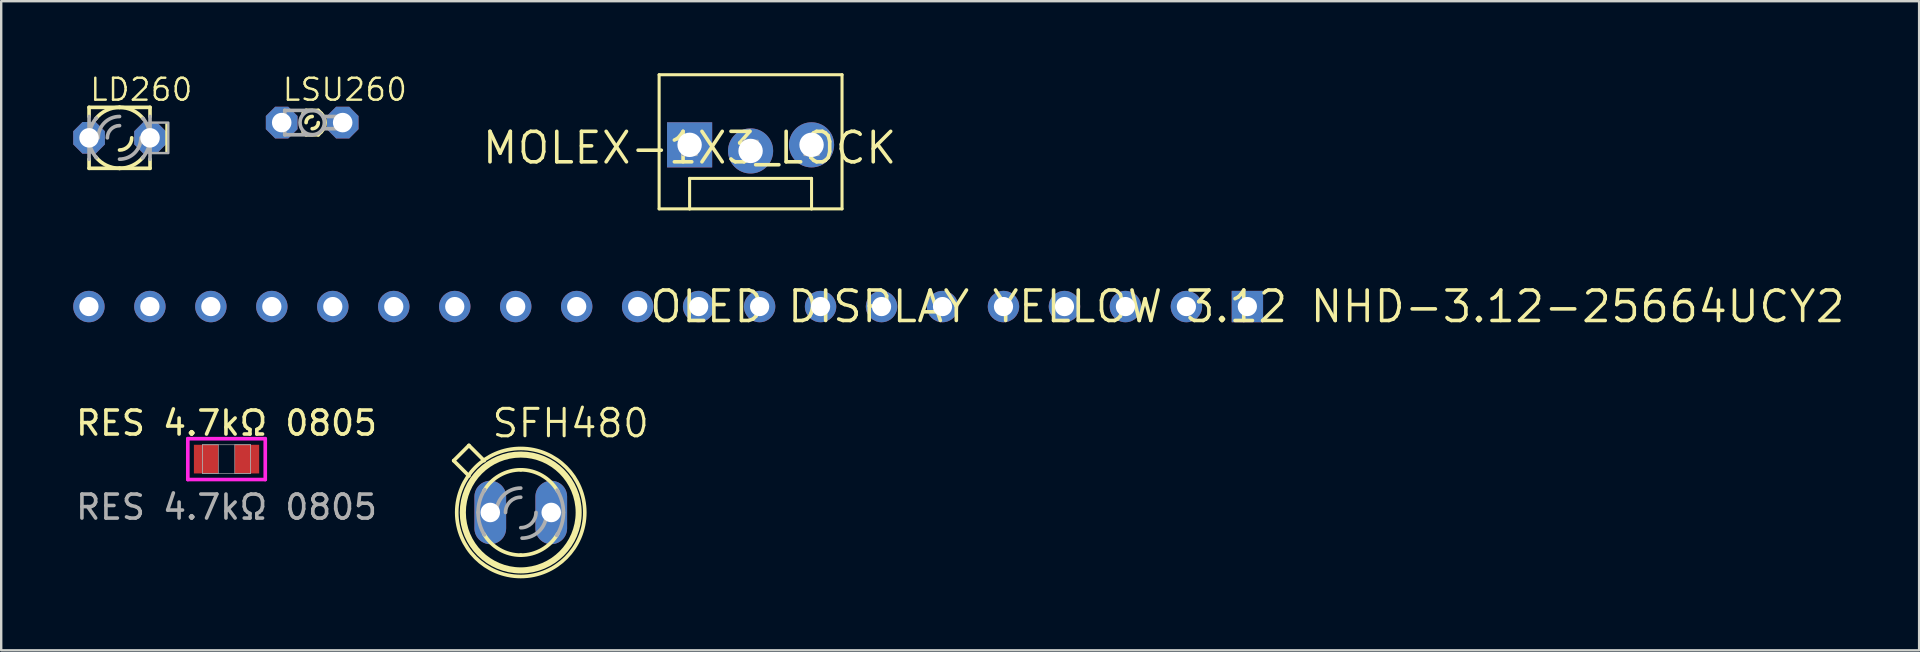
<source format=kicad_pcb>
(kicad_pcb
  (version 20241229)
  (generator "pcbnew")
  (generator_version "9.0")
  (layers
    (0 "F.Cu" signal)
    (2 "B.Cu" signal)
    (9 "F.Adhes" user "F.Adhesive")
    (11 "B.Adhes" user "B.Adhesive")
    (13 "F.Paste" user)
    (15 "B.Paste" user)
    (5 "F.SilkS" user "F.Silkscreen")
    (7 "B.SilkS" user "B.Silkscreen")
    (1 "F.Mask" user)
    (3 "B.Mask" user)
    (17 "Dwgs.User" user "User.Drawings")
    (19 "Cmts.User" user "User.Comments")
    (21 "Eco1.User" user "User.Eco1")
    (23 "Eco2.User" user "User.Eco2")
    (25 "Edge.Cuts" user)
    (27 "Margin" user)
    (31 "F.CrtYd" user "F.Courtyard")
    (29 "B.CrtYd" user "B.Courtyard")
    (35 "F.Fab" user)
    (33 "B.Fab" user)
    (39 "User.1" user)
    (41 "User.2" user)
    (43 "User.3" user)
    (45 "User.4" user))
  (footprint "SFH480"
    (layer "F.Cu")
    (at 18.644 18.299)
    (property "Reference" "SFH480" (at -1.27 -3.048 0) (unlocked yes) (layer "F.SilkS") (effects (font (size 1.143 1.143) (thickness 0.127)) (justify left bottom)))
    (fp_line (start -2.794 -2.159) (end -2.159 -2.794) (stroke (width 0.152) (type solid)) (layer "F.SilkS"))
    (fp_line (start -2.159 -1.524) (end -2.794 -2.159) (stroke (width 0.152) (type solid)) (layer "F.SilkS"))
    (fp_line (start -1.524 -2.159) (end -2.159 -2.794) (stroke (width 0.152) (type solid)) (layer "F.SilkS"))
    (fp_arc (start -1.5358 -0.8959) (mid -0.88555 -1.541787) (end 0 -1.778) (stroke (width 0.1524) (type solid)) (layer "F.SilkS"))
    (fp_arc (start 0 -1.778) (mid 0.88555 -1.541786) (end 1.5358 -0.8959) (stroke (width 0.1524) (type solid)) (layer "F.SilkS"))
    (fp_arc (start 0 1.778) (mid -0.88555 1.541786) (end -1.5358 0.8959) (stroke (width 0.1524) (type solid)) (layer "F.SilkS"))
    (fp_arc (start 1.5358 0.8959) (mid 0.88555 1.541787) (end 0 1.778) (stroke (width 0.1524) (type solid)) (layer "F.SilkS"))
    (fp_circle (center 0 0) (end 2.413 0) (stroke (width 0.254) (type solid)) (fill no) (layer "F.SilkS"))
    (fp_circle (center 0 0) (end 2.667 0) (stroke (width 0.152) (type solid)) (fill no) (layer "F.SilkS"))
    (fp_arc (start -1.778 0) (mid -1.707084 -0.497127) (end -1.500001 -0.9546) (stroke (width 0.1524) (type solid)) (layer "F.Fab"))
    (fp_arc (start -1.5142 0.9318) (mid -1.710762 0.484206) (end -1.778 0) (stroke (width 0.1524) (type solid)) (layer "F.Fab"))
    (fp_arc (start -1.016 0) (mid -0.71842 -0.71842) (end 0 -1.016) (stroke (width 0.1524) (type solid)) (layer "F.Fab"))
    (fp_arc (start -0.635 0) (mid -0.449013 -0.449013) (end 0 -0.635) (stroke (width 0.1524) (type solid)) (layer "F.Fab"))
    (fp_arc (start 0.635 0) (mid 0.449013 0.449013) (end 0 0.635) (stroke (width 0.1524) (type solid)) (layer "F.Fab"))
    (fp_arc (start 1.0699 0.053898) (mid 0.772321 0.772319) (end 0.0539 1.0699) (stroke (width 0.1524) (type solid)) (layer "F.Fab"))
    (fp_arc (start 1.5142 -0.9318) (mid 1.710762 -0.484206) (end 1.778 0) (stroke (width 0.1524) (type solid)) (layer "F.Fab"))
    (fp_arc (start 1.777999 0) (mid 1.707083 0.497127) (end 1.5 0.9546) (stroke (width 0.1524) (type solid)) (layer "F.Fab"))
    (pad "A" thru_hole oval (at 1.27 0 90) (size 2.642 1.321) (drill 0.813) (layers "*.Cu" "*.Mask"))
    (pad "K" thru_hole oval (at -1.27 0 90) (size 2.642 1.321) (drill 0.813) (layers "*.Cu" "*.Mask")))
  (footprint "RES 4.7kΩ 0805"
    (layer "F.Cu")
    (at 6.387 16.076)
    (property "Reference" "RES 4.7kΩ 0805" (at 0 -1.5 0) (unlocked yes) (layer "F.SilkS") (effects (font (size 1 1) (thickness 0.15))))
    (attr smd)
    (fp_line (start -1.613 -0.851) (end 1.613 -0.851) (stroke (width 0.152) (type solid)) (layer "F.CrtYd"))
    (fp_line (start -1.613 0.851) (end -1.613 -0.851) (stroke (width 0.152) (type solid)) (layer "F.CrtYd"))
    (fp_line (start 1.613 -0.851) (end 1.613 0.851) (stroke (width 0.152) (type solid)) (layer "F.CrtYd"))
    (fp_line (start 1.613 0.851) (end -1.613 0.851) (stroke (width 0.152) (type solid)) (layer "F.CrtYd"))
    (fp_line (start -1.003 -0.597) (end -1.003 0.597) (stroke (width 0.025) (type solid)) (layer "F.Fab"))
    (fp_line (start -1.003 -0.597) (end -1.003 0.597) (stroke (width 0.025) (type solid)) (layer "F.Fab"))
    (fp_line (start -1.003 0.597) (end -0.343 0.597) (stroke (width 0.025) (type solid)) (layer "F.Fab"))
    (fp_line (start -1.003 0.597) (end 1.003 0.597) (stroke (width 0.025) (type solid)) (layer "F.Fab"))
    (fp_line (start -0.343 -0.597) (end -1.003 -0.597) (stroke (width 0.025) (type solid)) (layer "F.Fab"))
    (fp_line (start -0.343 0.597) (end -0.343 -0.597) (stroke (width 0.025) (type solid)) (layer "F.Fab"))
    (fp_line (start 0.343 -0.597) (end 0.343 0.597) (stroke (width 0.025) (type solid)) (layer "F.Fab"))
    (fp_line (start 0.343 0.597) (end 1.003 0.597) (stroke (width 0.025) (type solid)) (layer "F.Fab"))
    (fp_line (start 1.003 -0.597) (end -1.003 -0.597) (stroke (width 0.025) (type solid)) (layer "F.Fab"))
    (fp_line (start 1.003 -0.597) (end 0.343 -0.597) (stroke (width 0.025) (type solid)) (layer "F.Fab"))
    (fp_line (start 1.003 0.597) (end 1.003 -0.597) (stroke (width 0.025) (type solid)) (layer "F.Fab"))
    (fp_line (start 1.003 0.597) (end 1.003 -0.597) (stroke (width 0.025) (type solid)) (layer "F.Fab"))
    (fp_text user "${REFERENCE}" (at 0 2 0) (unlocked yes) (layer "F.Fab") (effects (font (size 1 1) (thickness 0.15))))
    (pad "1" smd rect (at -0.851 0) (size 1.016 1.194) (layers "F.Cu" "F.Mask" "F.Paste"))
    (pad "2" smd rect (at 0.851 0) (size 1.016 1.194) (layers "F.Cu" "F.Mask" "F.Paste"))
    (zone (net_name "") (layer "F.Cu") (hatch full 0.508) (connect_pads) (min_thickness 0.254) (filled_areas_thickness no) (keepout (tracks not_allowed) (vias not_allowed) (pads allowed) (copperpour not_allowed) (footprints allowed)) (placement (enabled no)) (fill) (polygon (pts (xy 6.095 15.53) (xy 6.679 15.53) (xy 6.679 16.622) (xy 6.095 16.622)))))
  (footprint "MOLEX-1X3_LOCK"
    (layer "F.Cu")
    (at 25.678 3.111)
    (property "Reference" "MOLEX-1X3_LOCK" (at 0 0 0) (layer "F.SilkS") (effects (font (size 1.27 1.27) (thickness 0.15))))
    (fp_line (start -1.27 -3.048) (end -1.27 2.54) (stroke (width 0.127) (type solid)) (layer "F.SilkS"))
    (fp_line (start 0 1.27) (end 5.08 1.27) (stroke (width 0.127) (type solid)) (layer "F.SilkS"))
    (fp_line (start 0 2.54) (end -1.27 2.54) (stroke (width 0.127) (type solid)) (layer "F.SilkS"))
    (fp_line (start 0 2.54) (end 0 1.27) (stroke (width 0.127) (type solid)) (layer "F.SilkS"))
    (fp_line (start 5.08 1.27) (end 5.08 2.54) (stroke (width 0.127) (type solid)) (layer "F.SilkS"))
    (fp_line (start 5.08 2.54) (end 0 2.54) (stroke (width 0.127) (type solid)) (layer "F.SilkS"))
    (fp_line (start 6.35 -3.048) (end -1.27 -3.048) (stroke (width 0.127) (type solid)) (layer "F.SilkS"))
    (fp_line (start 6.35 -3.048) (end 6.35 2.54) (stroke (width 0.127) (type solid)) (layer "F.SilkS"))
    (fp_line (start 6.35 2.54) (end 5.08 2.54) (stroke (width 0.127) (type solid)) (layer "F.SilkS"))
    (fp_poly (pts (xy -0.292 0.292) (xy 0.292 0.292) (xy 0.292 -0.292) (xy -0.292 -0.292)) (stroke (width 0.1) (type default)) (fill no) (layer "F.Fab"))
    (fp_poly (pts (xy 2.248 0.292) (xy 2.832 0.292) (xy 2.832 -0.292) (xy 2.248 -0.292)) (stroke (width 0.1) (type default)) (fill no) (layer "F.Fab"))
    (fp_poly (pts (xy 4.788 0.292) (xy 5.372 0.292) (xy 5.372 -0.292) (xy 4.788 -0.292)) (stroke (width 0.1) (type default)) (fill no) (layer "F.Fab"))
    (pad "1" thru_hole rect (at 0 -0.127) (size 1.88 1.88) (drill 1.016) (layers "*.Cu" "*.Mask"))
    (pad "2" thru_hole circle (at 2.54 0.127) (size 1.88 1.88) (drill 1.016) (layers "*.Cu" "*.Mask"))
    (pad "3" thru_hole circle (at 5.08 -0.127) (size 1.88 1.88) (drill 1.016) (layers "*.Cu" "*.Mask")))
  (footprint "OLED DISPLAY YELLOW 3.12 NHD-3.12-25664UCY2"
    (layer "F.Cu")
    (at 48.914 9.721)
    (property "Reference" "OLED DISPLAY YELLOW 3.12 NHD-3.12-25664UCY2" (at 0 0 0) (layer "F.SilkS") (effects (font (size 1.27 1.27) (thickness 0.15))))
    (pad "1" thru_hole rect (at 0 0) (size 1.308 1.308) (drill 0.8) (layers "*.Cu" "*.Mask"))
    (pad "2" thru_hole circle (at -2.54 0) (size 1.308 1.308) (drill 0.8) (layers "*.Cu" "*.Mask"))
    (pad "3" thru_hole circle (at -5.08 0) (size 1.308 1.308) (drill 0.8) (layers "*.Cu" "*.Mask"))
    (pad "4" thru_hole circle (at -7.62 0) (size 1.308 1.308) (drill 0.8) (layers "*.Cu" "*.Mask"))
    (pad "5" thru_hole circle (at -10.16 0) (size 1.308 1.308) (drill 0.8) (layers "*.Cu" "*.Mask"))
    (pad "6" thru_hole circle (at -12.7 0) (size 1.308 1.308) (drill 0.8) (layers "*.Cu" "*.Mask"))
    (pad "7" thru_hole circle (at -15.24 0) (size 1.308 1.308) (drill 0.8) (layers "*.Cu" "*.Mask"))
    (pad "8" thru_hole circle (at -17.78 0) (size 1.308 1.308) (drill 0.8) (layers "*.Cu" "*.Mask"))
    (pad "9" thru_hole circle (at -20.32 0) (size 1.308 1.308) (drill 0.8) (layers "*.Cu" "*.Mask"))
    (pad "10" thru_hole circle (at -22.86 0) (size 1.308 1.308) (drill 0.8) (layers "*.Cu" "*.Mask"))
    (pad "11" thru_hole circle (at -25.4 0) (size 1.308 1.308) (drill 0.8) (layers "*.Cu" "*.Mask"))
    (pad "12" thru_hole circle (at -27.94 0) (size 1.308 1.308) (drill 0.8) (layers "*.Cu" "*.Mask"))
    (pad "13" thru_hole circle (at -30.48 0) (size 1.308 1.308) (drill 0.8) (layers "*.Cu" "*.Mask"))
    (pad "14" thru_hole circle (at -33.02 0) (size 1.308 1.308) (drill 0.8) (layers "*.Cu" "*.Mask"))
    (pad "15" thru_hole circle (at -35.56 0) (size 1.308 1.308) (drill 0.8) (layers "*.Cu" "*.Mask"))
    (pad "16" thru_hole circle (at -38.1 0) (size 1.308 1.308) (drill 0.8) (layers "*.Cu" "*.Mask"))
    (pad "17" thru_hole circle (at -40.64 0) (size 1.308 1.308) (drill 0.8) (layers "*.Cu" "*.Mask"))
    (pad "18" thru_hole circle (at -43.18 0) (size 1.308 1.308) (drill 0.8) (layers "*.Cu" "*.Mask"))
    (pad "19" thru_hole circle (at -45.72 0) (size 1.308 1.308) (drill 0.8) (layers "*.Cu" "*.Mask"))
    (pad "29" thru_hole circle (at -48.26 0) (size 1.308 1.308) (drill 0.8) (layers "*.Cu" "*.Mask")))
  (footprint "LD260"
    (layer "F.Cu")
    (at 1.93 2.692)
    (property "Reference" "LD260" (at -1.295 -1.473 0) (unlocked yes) (layer "F.SilkS") (effects (font (size 0.914 0.914) (thickness 0.102)) (justify left bottom)))
    (fp_line (start -1.27 -1.27) (end -1.27 -0.889) (stroke (width 0.152) (type solid)) (layer "F.SilkS"))
    (fp_line (start -1.27 1.27) (end -1.27 0.889) (stroke (width 0.152) (type solid)) (layer "F.SilkS"))
    (fp_line (start -1.27 1.27) (end 0 1.27) (stroke (width 0.152) (type solid)) (layer "F.SilkS"))
    (fp_line (start 0 -1.27) (end -1.27 -1.27) (stroke (width 0.152) (type solid)) (layer "F.SilkS"))
    (fp_line (start 0 1.27) (end 1.27 1.27) (stroke (width 0.152) (type solid)) (layer "F.SilkS"))
    (fp_line (start 1.27 -1.27) (end 0 -1.27) (stroke (width 0.152) (type solid)) (layer "F.SilkS"))
    (fp_line (start 1.27 -1.27) (end 1.27 -0.889) (stroke (width 0.152) (type solid)) (layer "F.SilkS"))
    (fp_line (start 1.27 1.27) (end 1.27 0.889) (stroke (width 0.152) (type solid)) (layer "F.SilkS"))
    (fp_arc (start -0.9917 -0.7934) (mid -0.550143 -1.144671) (end 0 -1.27) (stroke (width 0.1524) (type solid)) (layer "F.SilkS"))
    (fp_arc (start 0 -1.27) (mid 0.550143 -1.144671) (end 0.9917 -0.7934) (stroke (width 0.1524) (type solid)) (layer "F.SilkS"))
    (fp_arc (start 0 1.27) (mid -0.550143 1.144671) (end -0.9917 0.7934) (stroke (width 0.1524) (type solid)) (layer "F.SilkS"))
    (fp_arc (start 0.508 0) (mid 0.35921 0.35921) (end 0 0.508) (stroke (width 0.1524) (type solid)) (layer "F.SilkS"))
    (fp_arc (start 0.9917 0.7934) (mid 0.550143 1.144671) (end 0 1.27) (stroke (width 0.1524) (type solid)) (layer "F.SilkS"))
    (fp_poly (pts (xy 1.905 0.635) (xy 2.032 0.635) (xy 2.032 -0.635) (xy 1.905 -0.635)) (stroke (width 0) (type default)) (fill yes) (layer "F.SilkS"))
    (fp_line (start -1.27 0) (end -1.27 -0.889) (stroke (width 0.152) (type solid)) (layer "F.Fab"))
    (fp_line (start -1.27 0.889) (end -1.27 0) (stroke (width 0.152) (type solid)) (layer "F.Fab"))
    (fp_line (start 1.27 -0.889) (end 1.27 0) (stroke (width 0.152) (type solid)) (layer "F.Fab"))
    (fp_line (start 1.27 0) (end 1.27 0.889) (stroke (width 0.152) (type solid)) (layer "F.Fab"))
    (fp_arc (start -1.27 0) (mid -1.191134 -0.440615) (end -0.9643 -0.8265) (stroke (width 0.1524) (type solid)) (layer "F.Fab"))
    (fp_arc (start -0.9643 0.8265) (mid -1.191134 0.440615) (end -1.27 0) (stroke (width 0.1524) (type solid)) (layer "F.Fab"))
    (fp_arc (start -0.889 0) (mid -0.628618 -0.628618) (end 0 -0.889) (stroke (width 0.1524) (type solid)) (layer "F.Fab"))
    (fp_arc (start -0.508 0) (mid -0.35921 -0.35921) (end 0 -0.508) (stroke (width 0.1524) (type solid)) (layer "F.Fab"))
    (fp_arc (start 0.889 0) (mid 0.628618 0.628618) (end 0 0.889) (stroke (width 0.1524) (type solid)) (layer "F.Fab"))
    (fp_arc (start 0.9756 -0.813) (mid 1.194073 -0.432318) (end 1.269901 0) (stroke (width 0.1524) (type solid)) (layer "F.Fab"))
    (fp_arc (start 1.27 0) (mid 1.188863 0.446689) (end 0.9558 0.8363) (stroke (width 0.1524) (type solid)) (layer "F.Fab"))
    (fp_poly (pts (xy 1.27 0.635) (xy 2.032 0.635) (xy 2.032 -0.635) (xy 1.27 -0.635)) (stroke (width 0.1) (type default)) (fill no) (layer "F.Fab"))
    (pad "A" thru_hole roundrect (at -1.27 0) (size 1.321 1.321) (drill 0.813) (layers "*.Cu" "*.Mask") (roundrect_rratio 0.25) (chamfer_ratio 0.293) (chamfer top_left top_right bottom_left bottom_right))
    (pad "K" thru_hole roundrect (at 1.27 0) (size 1.321 1.321) (drill 0.813) (layers "*.Cu" "*.Mask") (roundrect_rratio 0.25) (chamfer_ratio 0.293) (chamfer top_left top_right bottom_left bottom_right)))
  (footprint "LSU260"
    (layer "F.Cu")
    (at 9.955 2.057)
    (property "Reference" "LSU260" (at -1.295 -0.838 0) (unlocked yes) (layer "F.SilkS") (effects (font (size 0.914 0.914) (thickness 0.102)) (justify left bottom)))
    (fp_line (start -0.381 -0.381) (end -0.254 -0.508) (stroke (width 0.152) (type solid)) (layer "F.SilkS"))
    (fp_line (start -0.381 0.381) (end -0.254 0.508) (stroke (width 0.152) (type solid)) (layer "F.SilkS"))
    (fp_line (start 0.254 -0.508) (end -0.254 -0.508) (stroke (width 0.152) (type solid)) (layer "F.SilkS"))
    (fp_line (start 0.254 0.508) (end -0.254 0.508) (stroke (width 0.152) (type solid)) (layer "F.SilkS"))
    (fp_line (start 0.381 -0.381) (end 0.254 -0.508) (stroke (width 0.152) (type solid)) (layer "F.SilkS"))
    (fp_line (start 0.381 0.381) (end 0.254 0.508) (stroke (width 0.152) (type solid)) (layer "F.SilkS"))
    (fp_arc (start -0.254 0) (mid -0.179605 -0.179605) (end 0 -0.254) (stroke (width 0.1524) (type solid)) (layer "F.SilkS"))
    (fp_arc (start 0.254 0) (mid 0.179605 0.179605) (end 0 0.254) (stroke (width 0.1524) (type solid)) (layer "F.SilkS"))
    (fp_arc (start 0.381 -0.381) (mid 0.538815 0) (end 0.381 0.381) (stroke (width 0.1524) (type solid)) (layer "F.SilkS"))
    (fp_line (start -1.397 -0.254) (end -1.143 -0.254) (stroke (width 0.152) (type solid)) (layer "F.Fab"))
    (fp_line (start -1.397 0.254) (end -1.397 -0.254) (stroke (width 0.152) (type solid)) (layer "F.Fab"))
    (fp_line (start -1.143 -0.508) (end 0 -0.508) (stroke (width 0.152) (type solid)) (layer "F.Fab"))
    (fp_line (start -1.143 -0.254) (end -1.143 -0.508) (stroke (width 0.152) (type solid)) (layer "F.Fab"))
    (fp_line (start -1.143 0.254) (end -1.397 0.254) (stroke (width 0.152) (type solid)) (layer "F.Fab"))
    (fp_line (start -1.143 0.254) (end -1.143 -0.254) (stroke (width 0.152) (type solid)) (layer "F.Fab"))
    (fp_line (start -1.143 0.508) (end -1.143 0.254) (stroke (width 0.152) (type solid)) (layer "F.Fab"))
    (fp_line (start 0 0.508) (end -1.143 0.508) (stroke (width 0.152) (type solid)) (layer "F.Fab"))
    (fp_line (start 0.508 0.254) (end 1.397 0.254) (stroke (width 0.152) (type solid)) (layer "F.Fab"))
    (fp_line (start 1.397 -0.254) (end 0.508 -0.254) (stroke (width 0.152) (type solid)) (layer "F.Fab"))
    (fp_line (start 1.397 0.254) (end 1.397 -0.254) (stroke (width 0.152) (type solid)) (layer "F.Fab"))
    (fp_circle (center 0 0) (end 0.508 0) (stroke (width 0.152) (type solid)) (fill no) (layer "F.Fab"))
    (fp_poly (pts (xy -1.397 0.254) (xy -1.143 0.254) (xy -1.143 -0.254) (xy -1.397 -0.254)) (stroke (width 0.1) (type default)) (fill no) (layer "F.Fab"))
    (fp_poly (pts (xy 0.508 0.254) (xy 1.397 0.254) (xy 1.397 -0.254) (xy 0.508 -0.254)) (stroke (width 0.1) (type default)) (fill no) (layer "F.Fab"))
    (pad "A" thru_hole roundrect (at -1.27 0) (size 1.321 1.321) (drill 0.813) (layers "*.Cu" "*.Mask") (roundrect_rratio 0.25) (chamfer_ratio 0.293) (chamfer top_left top_right bottom_left bottom_right))
    (pad "K" thru_hole roundrect (at 1.27 0) (size 1.321 1.321) (drill 0.813) (layers "*.Cu" "*.Mask") (roundrect_rratio 0.25) (chamfer_ratio 0.293) (chamfer top_left top_right bottom_left bottom_right)))
  (gr_rect
    (start -3 -3)
    (end 76.898 24.043)
    (stroke (width 0.1) (type default))
    (fill no)
    (layer "Edge.Cuts")))
</source>
